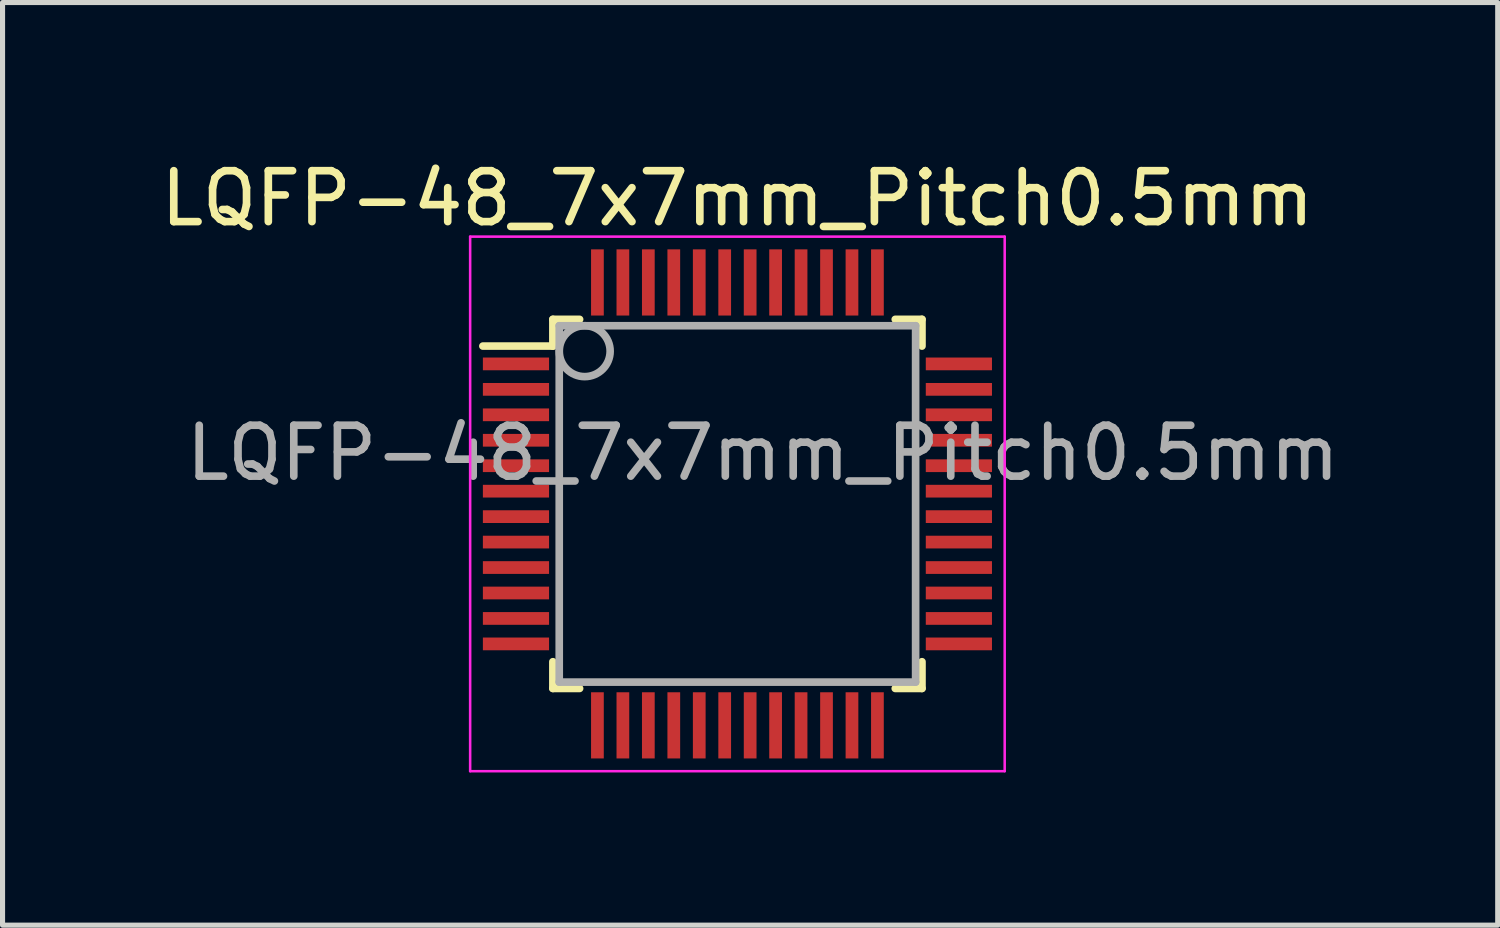
<source format=kicad_pcb>
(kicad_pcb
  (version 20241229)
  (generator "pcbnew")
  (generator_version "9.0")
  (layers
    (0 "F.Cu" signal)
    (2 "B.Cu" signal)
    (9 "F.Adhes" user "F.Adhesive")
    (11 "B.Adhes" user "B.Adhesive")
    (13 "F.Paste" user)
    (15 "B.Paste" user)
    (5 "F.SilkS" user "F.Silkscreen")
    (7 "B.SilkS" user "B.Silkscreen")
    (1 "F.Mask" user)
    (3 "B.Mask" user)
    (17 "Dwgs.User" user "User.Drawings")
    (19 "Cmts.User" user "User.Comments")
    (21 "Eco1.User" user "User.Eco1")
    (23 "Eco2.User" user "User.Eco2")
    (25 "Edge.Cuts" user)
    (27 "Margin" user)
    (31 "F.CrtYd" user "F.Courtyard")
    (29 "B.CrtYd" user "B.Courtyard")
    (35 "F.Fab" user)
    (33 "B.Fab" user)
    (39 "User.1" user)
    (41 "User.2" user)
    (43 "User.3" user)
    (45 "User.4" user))
  (footprint "LQFP-48_7x7mm_Pitch0.5mm"
    (layer "F.Cu")
    (at 11.435 6.848)
    (property "Reference" "LQFP-48_7x7mm_Pitch0.5mm" (at 0 -6 0) (layer "F.SilkS") (effects (font (size 1 1) (thickness 0.15))))
    (attr smd)
    (fp_line (start -3.625 -3.625) (end -3.625 -3.1) (stroke (width 0.15) (type solid)) (layer "F.SilkS"))
    (fp_line (start -3.625 -3.625) (end -3.1 -3.625) (stroke (width 0.15) (type solid)) (layer "F.SilkS"))
    (fp_line (start -3.625 -3.1) (end -5 -3.1) (stroke (width 0.15) (type solid)) (layer "F.SilkS"))
    (fp_line (start -3.625 3.625) (end -3.625 3.1) (stroke (width 0.15) (type solid)) (layer "F.SilkS"))
    (fp_line (start -3.625 3.625) (end -3.1 3.625) (stroke (width 0.15) (type solid)) (layer "F.SilkS"))
    (fp_line (start 3.625 -3.625) (end 3.1 -3.625) (stroke (width 0.15) (type solid)) (layer "F.SilkS"))
    (fp_line (start 3.625 -3.625) (end 3.625 -3.1) (stroke (width 0.15) (type solid)) (layer "F.SilkS"))
    (fp_line (start 3.625 3.625) (end 3.1 3.625) (stroke (width 0.15) (type solid)) (layer "F.SilkS"))
    (fp_line (start 3.625 3.625) (end 3.625 3.1) (stroke (width 0.15) (type solid)) (layer "F.SilkS"))
    (fp_line (start -5.25 -5.25) (end -5.25 5.25) (stroke (width 0.05) (type solid)) (layer "F.CrtYd"))
    (fp_line (start -5.25 -5.25) (end 5.25 -5.25) (stroke (width 0.05) (type solid)) (layer "F.CrtYd"))
    (fp_line (start -5.25 5.25) (end 5.25 5.25) (stroke (width 0.05) (type solid)) (layer "F.CrtYd"))
    (fp_line (start 5.25 -5.25) (end 5.25 5.25) (stroke (width 0.05) (type solid)) (layer "F.CrtYd"))
    (fp_line (start -3.5 -3.5) (end 3.5 -3.5) (stroke (width 0.15) (type solid)) (layer "F.Fab"))
    (fp_line (start -3.5 3.5) (end -3.5 -3.5) (stroke (width 0.15) (type solid)) (layer "F.Fab"))
    (fp_line (start 3.5 -3.5) (end 3.5 3.5) (stroke (width 0.15) (type solid)) (layer "F.Fab"))
    (fp_line (start 3.5 3.5) (end -3.5 3.5) (stroke (width 0.15) (type solid)) (layer "F.Fab"))
    (fp_circle (center -3 -3) (end -3 -3.5) (stroke (width 0.15) (type solid)) (fill no) (layer "F.Fab"))
    (fp_text user "${REFERENCE}" (at 0.5 -1 0) (layer "F.Fab") (effects (font (size 1 1) (thickness 0.15))))
    (pad "1" smd rect (at -4.35 -2.75) (size 1.3 0.25) (layers "F.Cu" "F.Mask" "F.Paste"))
    (pad "2" smd rect (at -4.35 -2.25) (size 1.3 0.25) (layers "F.Cu" "F.Mask" "F.Paste"))
    (pad "3" smd rect (at -4.35 -1.75) (size 1.3 0.25) (layers "F.Cu" "F.Mask" "F.Paste"))
    (pad "4" smd rect (at -4.35 -1.25) (size 1.3 0.25) (layers "F.Cu" "F.Mask" "F.Paste"))
    (pad "5" smd rect (at -4.35 -0.75) (size 1.3 0.25) (layers "F.Cu" "F.Mask" "F.Paste"))
    (pad "6" smd rect (at -4.35 -0.25) (size 1.3 0.25) (layers "F.Cu" "F.Mask" "F.Paste"))
    (pad "7" smd rect (at -4.35 0.25) (size 1.3 0.25) (layers "F.Cu" "F.Mask" "F.Paste"))
    (pad "8" smd rect (at -4.35 0.75) (size 1.3 0.25) (layers "F.Cu" "F.Mask" "F.Paste"))
    (pad "9" smd rect (at -4.35 1.25) (size 1.3 0.25) (layers "F.Cu" "F.Mask" "F.Paste"))
    (pad "10" smd rect (at -4.35 1.75) (size 1.3 0.25) (layers "F.Cu" "F.Mask" "F.Paste"))
    (pad "11" smd rect (at -4.35 2.25) (size 1.3 0.25) (layers "F.Cu" "F.Mask" "F.Paste"))
    (pad "12" smd rect (at -4.35 2.75) (size 1.3 0.25) (layers "F.Cu" "F.Mask" "F.Paste"))
    (pad "13" smd rect (at -2.75 4.35 90) (size 1.3 0.25) (layers "F.Cu" "F.Mask" "F.Paste"))
    (pad "14" smd rect (at -2.25 4.35 90) (size 1.3 0.25) (layers "F.Cu" "F.Mask" "F.Paste"))
    (pad "15" smd rect (at -1.75 4.35 90) (size 1.3 0.25) (layers "F.Cu" "F.Mask" "F.Paste"))
    (pad "16" smd rect (at -1.25 4.35 90) (size 1.3 0.25) (layers "F.Cu" "F.Mask" "F.Paste"))
    (pad "17" smd rect (at -0.75 4.35 90) (size 1.3 0.25) (layers "F.Cu" "F.Mask" "F.Paste"))
    (pad "18" smd rect (at -0.25 4.35 90) (size 1.3 0.25) (layers "F.Cu" "F.Mask" "F.Paste"))
    (pad "19" smd rect (at 0.25 4.35 90) (size 1.3 0.25) (layers "F.Cu" "F.Mask" "F.Paste"))
    (pad "20" smd rect (at 0.75 4.35 90) (size 1.3 0.25) (layers "F.Cu" "F.Mask" "F.Paste"))
    (pad "21" smd rect (at 1.25 4.35 90) (size 1.3 0.25) (layers "F.Cu" "F.Mask" "F.Paste"))
    (pad "22" smd rect (at 1.75 4.35 90) (size 1.3 0.25) (layers "F.Cu" "F.Mask" "F.Paste"))
    (pad "23" smd rect (at 2.25 4.35 90) (size 1.3 0.25) (layers "F.Cu" "F.Mask" "F.Paste"))
    (pad "24" smd rect (at 2.75 4.35 90) (size 1.3 0.25) (layers "F.Cu" "F.Mask" "F.Paste"))
    (pad "25" smd rect (at 4.35 2.75) (size 1.3 0.25) (layers "F.Cu" "F.Mask" "F.Paste"))
    (pad "26" smd rect (at 4.35 2.25) (size 1.3 0.25) (layers "F.Cu" "F.Mask" "F.Paste"))
    (pad "27" smd rect (at 4.35 1.75) (size 1.3 0.25) (layers "F.Cu" "F.Mask" "F.Paste"))
    (pad "28" smd rect (at 4.35 1.25) (size 1.3 0.25) (layers "F.Cu" "F.Mask" "F.Paste"))
    (pad "29" smd rect (at 4.35 0.75) (size 1.3 0.25) (layers "F.Cu" "F.Mask" "F.Paste"))
    (pad "30" smd rect (at 4.35 0.25) (size 1.3 0.25) (layers "F.Cu" "F.Mask" "F.Paste"))
    (pad "31" smd rect (at 4.35 -0.25) (size 1.3 0.25) (layers "F.Cu" "F.Mask" "F.Paste"))
    (pad "32" smd rect (at 4.35 -0.75) (size 1.3 0.25) (layers "F.Cu" "F.Mask" "F.Paste"))
    (pad "33" smd rect (at 4.35 -1.25) (size 1.3 0.25) (layers "F.Cu" "F.Mask" "F.Paste"))
    (pad "34" smd rect (at 4.35 -1.75) (size 1.3 0.25) (layers "F.Cu" "F.Mask" "F.Paste"))
    (pad "35" smd rect (at 4.35 -2.25) (size 1.3 0.25) (layers "F.Cu" "F.Mask" "F.Paste"))
    (pad "36" smd rect (at 4.35 -2.75) (size 1.3 0.25) (layers "F.Cu" "F.Mask" "F.Paste"))
    (pad "37" smd rect (at 2.75 -4.35 90) (size 1.3 0.25) (layers "F.Cu" "F.Mask" "F.Paste"))
    (pad "38" smd rect (at 2.25 -4.35 90) (size 1.3 0.25) (layers "F.Cu" "F.Mask" "F.Paste"))
    (pad "39" smd rect (at 1.75 -4.35 90) (size 1.3 0.25) (layers "F.Cu" "F.Mask" "F.Paste"))
    (pad "40" smd rect (at 1.25 -4.35 90) (size 1.3 0.25) (layers "F.Cu" "F.Mask" "F.Paste"))
    (pad "41" smd rect (at 0.75 -4.35 90) (size 1.3 0.25) (layers "F.Cu" "F.Mask" "F.Paste"))
    (pad "42" smd rect (at 0.25 -4.35 90) (size 1.3 0.25) (layers "F.Cu" "F.Mask" "F.Paste"))
    (pad "43" smd rect (at -0.25 -4.35 90) (size 1.3 0.25) (layers "F.Cu" "F.Mask" "F.Paste"))
    (pad "44" smd rect (at -0.75 -4.35 90) (size 1.3 0.25) (layers "F.Cu" "F.Mask" "F.Paste"))
    (pad "45" smd rect (at -1.25 -4.35 90) (size 1.3 0.25) (layers "F.Cu" "F.Mask" "F.Paste"))
    (pad "46" smd rect (at -1.75 -4.35 90) (size 1.3 0.25) (layers "F.Cu" "F.Mask" "F.Paste"))
    (pad "47" smd rect (at -2.25 -4.35 90) (size 1.3 0.25) (layers "F.Cu" "F.Mask" "F.Paste"))
    (pad "48" smd rect (at -2.75 -4.35 90) (size 1.3 0.25) (layers "F.Cu" "F.Mask" "F.Paste")))
  (gr_rect
    (start -3 -3)
    (end 26.369 15.123)
    (stroke (width 0.1) (type default))
    (fill no)
    (layer "Edge.Cuts")))
</source>
